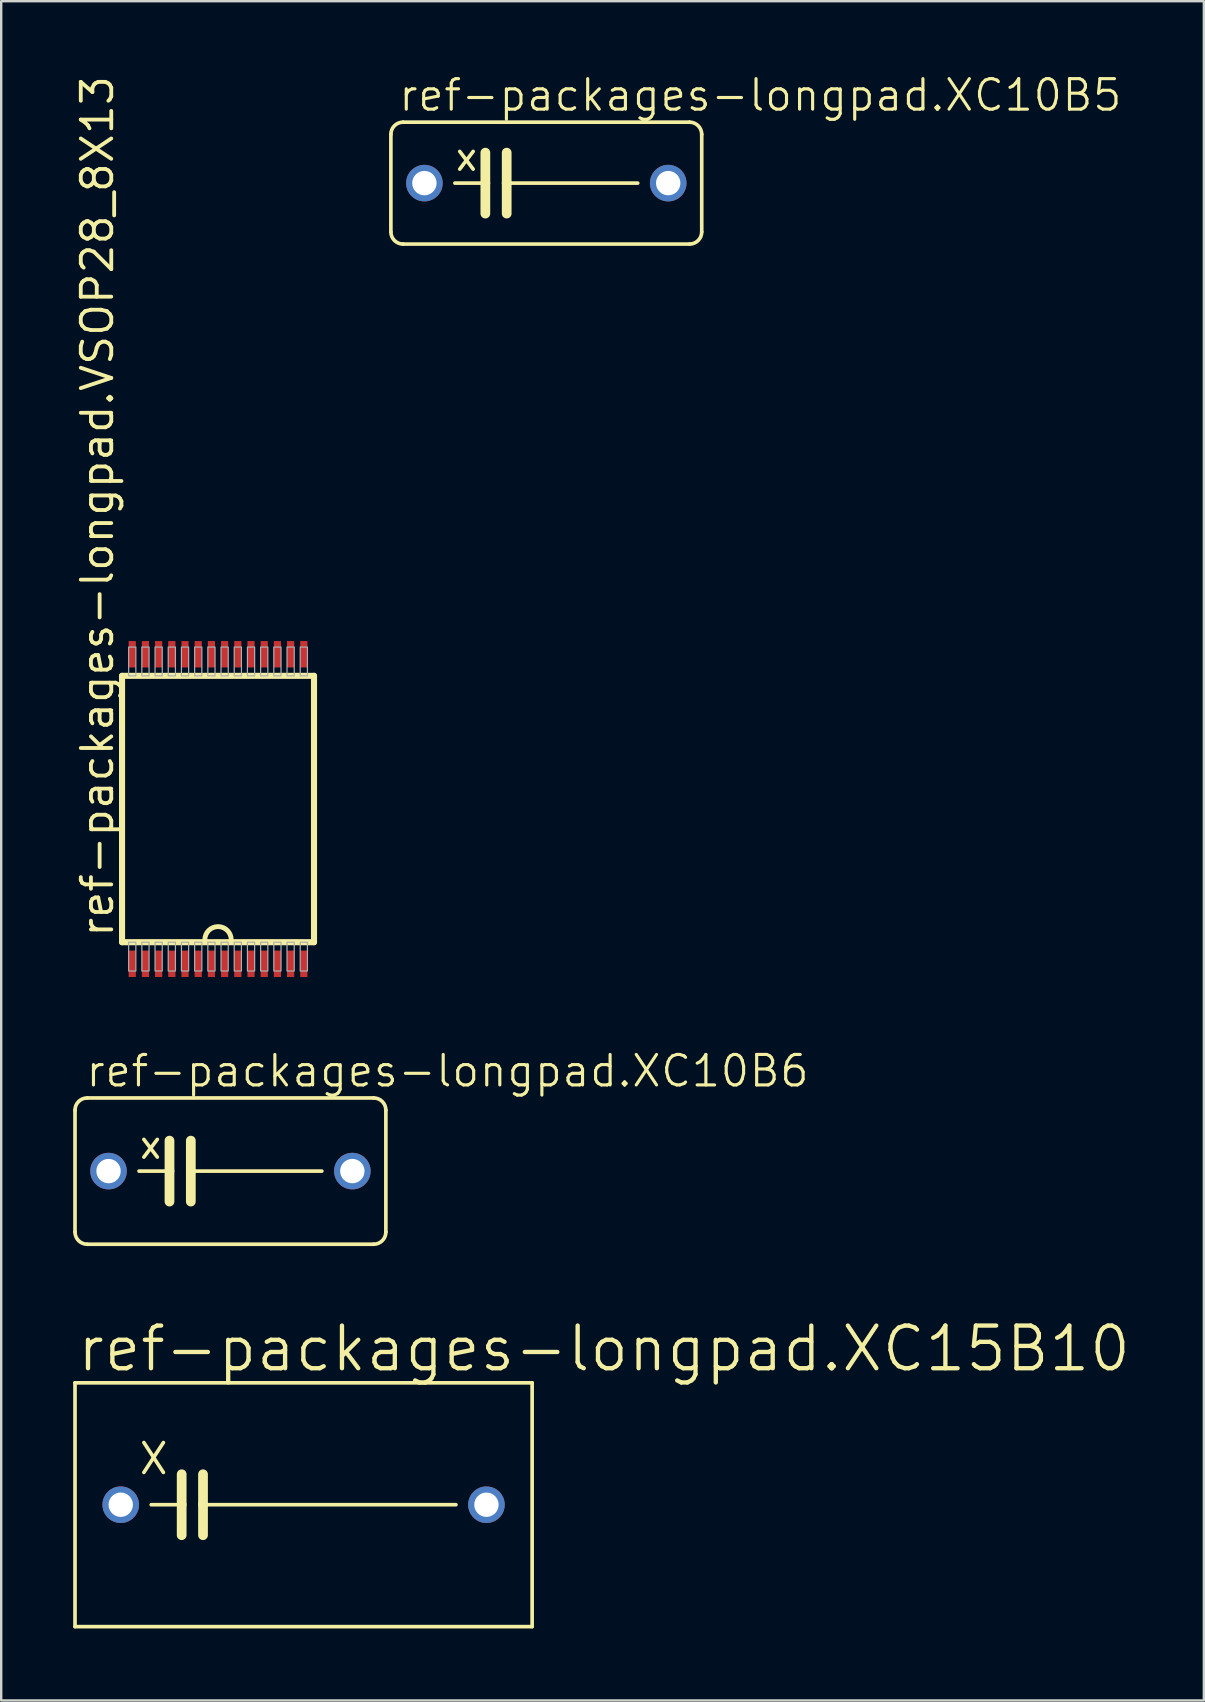
<source format=kicad_pcb>
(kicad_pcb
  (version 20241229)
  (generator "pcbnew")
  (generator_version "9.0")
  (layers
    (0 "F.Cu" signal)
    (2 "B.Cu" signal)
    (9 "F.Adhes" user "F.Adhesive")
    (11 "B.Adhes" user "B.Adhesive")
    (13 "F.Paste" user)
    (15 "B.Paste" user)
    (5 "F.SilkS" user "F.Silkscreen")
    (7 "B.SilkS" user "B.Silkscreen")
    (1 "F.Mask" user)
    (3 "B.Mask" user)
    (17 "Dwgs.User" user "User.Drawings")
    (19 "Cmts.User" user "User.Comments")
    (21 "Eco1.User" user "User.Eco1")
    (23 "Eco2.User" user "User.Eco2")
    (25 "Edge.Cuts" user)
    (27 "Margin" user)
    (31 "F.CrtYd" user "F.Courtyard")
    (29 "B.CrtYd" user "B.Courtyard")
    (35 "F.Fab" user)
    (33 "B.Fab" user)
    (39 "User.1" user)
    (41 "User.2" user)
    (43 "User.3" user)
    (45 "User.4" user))
  (footprint "ref-packages-longpad.XC10B5"
    (layer "F.Cu")
    (at 19.716 4.581)
    (property "Reference" "ref-packages-longpad.XC10B5" (at -6.223 -2.921 0) (layer "F.SilkS") (effects (font (size 1.27 1.27) (thickness 0.13)) (justify left bottom)))
    (attr through_hole)
    (fp_line (start -6.477 2.032) (end -6.477 -2.032) (stroke (width 0.152) (type default)) (layer "F.SilkS"))
    (fp_line (start -5.969 2.54) (end 5.969 2.54) (stroke (width 0.152) (type default)) (layer "F.SilkS"))
    (fp_line (start -3.81 0) (end -2.54 0) (stroke (width 0.152) (type default)) (layer "F.SilkS"))
    (fp_line (start -3.607 -1.321) (end -3.048 -0.584) (stroke (width 0.152) (type default)) (layer "F.SilkS"))
    (fp_line (start -3.607 -0.584) (end -3.048 -1.321) (stroke (width 0.152) (type default)) (layer "F.SilkS"))
    (fp_line (start -2.54 -1.27) (end -2.54 0) (stroke (width 0.406) (type default)) (layer "F.SilkS"))
    (fp_line (start -2.54 0) (end -2.54 1.27) (stroke (width 0.406) (type default)) (layer "F.SilkS"))
    (fp_line (start -1.651 -1.27) (end -1.651 0) (stroke (width 0.406) (type default)) (layer "F.SilkS"))
    (fp_line (start -1.651 0) (end -1.651 1.27) (stroke (width 0.406) (type default)) (layer "F.SilkS"))
    (fp_line (start 3.81 0) (end -1.651 0) (stroke (width 0.152) (type default)) (layer "F.SilkS"))
    (fp_line (start 5.969 -2.54) (end -5.969 -2.54) (stroke (width 0.152) (type default)) (layer "F.SilkS"))
    (fp_line (start 6.477 -2.032) (end 6.477 2.032) (stroke (width 0.152) (type default)) (layer "F.SilkS"))
    (fp_arc (start -6.477 -2.032) (mid -6.32821 -2.39121) (end -5.969 -2.54) (stroke (width 0.1524) (type default)) (layer "F.SilkS"))
    (fp_arc (start -5.969 2.54) (mid -6.32821 2.39121) (end -6.477 2.032) (stroke (width 0.1524) (type default)) (layer "F.SilkS"))
    (fp_arc (start 5.969 -2.54) (mid 6.32821 -2.39121) (end 6.477 -2.032) (stroke (width 0.1524) (type default)) (layer "F.SilkS"))
    (fp_arc (start 6.477 2.032) (mid 6.32821 2.39121) (end 5.969 2.54) (stroke (width 0.1524) (type default)) (layer "F.SilkS"))
    (pad "1" thru_hole circle (at -5.08 0) (size 1.524 1.524) (drill 1.016) (layers "*.Cu" "*.Mask"))
    (pad "2" thru_hole circle (at 5.08 0) (size 1.524 1.524) (drill 1.016) (layers "*.Cu" "*.Mask")))
  (footprint "ref-packages-longpad.XC10B6"
    (layer "F.Cu")
    (at 6.553 45.753)
    (property "Reference" "ref-packages-longpad.XC10B6" (at -6.096 -3.429 0) (layer "F.SilkS") (effects (font (size 1.27 1.27) (thickness 0.13)) (justify left bottom)))
    (attr through_hole)
    (fp_line (start -6.477 2.54) (end -6.477 -2.54) (stroke (width 0.152) (type default)) (layer "F.SilkS"))
    (fp_line (start -5.969 3.048) (end 5.969 3.048) (stroke (width 0.152) (type default)) (layer "F.SilkS"))
    (fp_line (start -3.81 0) (end -2.54 0) (stroke (width 0.152) (type default)) (layer "F.SilkS"))
    (fp_line (start -3.607 -1.321) (end -3.048 -0.584) (stroke (width 0.152) (type default)) (layer "F.SilkS"))
    (fp_line (start -3.607 -0.584) (end -3.048 -1.321) (stroke (width 0.152) (type default)) (layer "F.SilkS"))
    (fp_line (start -2.54 -1.27) (end -2.54 0) (stroke (width 0.406) (type default)) (layer "F.SilkS"))
    (fp_line (start -2.54 0) (end -2.54 1.27) (stroke (width 0.406) (type default)) (layer "F.SilkS"))
    (fp_line (start -1.651 -1.27) (end -1.651 0) (stroke (width 0.406) (type default)) (layer "F.SilkS"))
    (fp_line (start -1.651 0) (end -1.651 1.27) (stroke (width 0.406) (type default)) (layer "F.SilkS"))
    (fp_line (start 3.81 0) (end -1.651 0) (stroke (width 0.152) (type default)) (layer "F.SilkS"))
    (fp_line (start 5.969 -3.048) (end -5.969 -3.048) (stroke (width 0.152) (type default)) (layer "F.SilkS"))
    (fp_line (start 6.477 -2.54) (end 6.477 2.54) (stroke (width 0.152) (type default)) (layer "F.SilkS"))
    (fp_arc (start -6.477 -2.54) (mid -6.32821 -2.89921) (end -5.969 -3.048) (stroke (width 0.1524) (type default)) (layer "F.SilkS"))
    (fp_arc (start -5.969 3.048) (mid -6.32821 2.89921) (end -6.477 2.54) (stroke (width 0.1524) (type default)) (layer "F.SilkS"))
    (fp_arc (start 5.969 -3.048) (mid 6.32821 -2.89921) (end 6.477 -2.54) (stroke (width 0.1524) (type default)) (layer "F.SilkS"))
    (fp_arc (start 6.477 2.54) (mid 6.32821 2.89921) (end 5.969 3.048) (stroke (width 0.1524) (type default)) (layer "F.SilkS"))
    (pad "1" thru_hole circle (at -5.08 0) (size 1.524 1.524) (drill 1.016) (layers "*.Cu" "*.Mask"))
    (pad "2" thru_hole circle (at 5.08 0) (size 1.524 1.524) (drill 1.016) (layers "*.Cu" "*.Mask")))
  (footprint "ref-packages-longpad.XC15B10"
    (layer "F.Cu")
    (at 9.601 59.656)
    (property "Reference" "ref-packages-longpad.XC15B10" (at -9.525 -5.461 0) (layer "F.SilkS") (effects (font (size 1.778 1.778) (thickness 0.18)) (justify left bottom)))
    (attr through_hole)
    (fp_line (start -9.525 5.08) (end -9.525 -5.08) (stroke (width 0.152) (type default)) (layer "F.SilkS"))
    (fp_line (start -9.525 5.08) (end 9.525 5.08) (stroke (width 0.152) (type default)) (layer "F.SilkS"))
    (fp_line (start -6.655 -2.591) (end -5.842 -1.346) (stroke (width 0.152) (type default)) (layer "F.SilkS"))
    (fp_line (start -6.655 -1.346) (end -5.842 -2.591) (stroke (width 0.152) (type default)) (layer "F.SilkS"))
    (fp_line (start -6.35 0) (end -5.08 0) (stroke (width 0.152) (type default)) (layer "F.SilkS"))
    (fp_line (start -5.08 -1.27) (end -5.08 0) (stroke (width 0.406) (type default)) (layer "F.SilkS"))
    (fp_line (start -5.08 0) (end -5.08 1.27) (stroke (width 0.406) (type default)) (layer "F.SilkS"))
    (fp_line (start -4.191 -1.27) (end -4.191 0) (stroke (width 0.406) (type default)) (layer "F.SilkS"))
    (fp_line (start -4.191 0) (end -4.191 1.27) (stroke (width 0.406) (type default)) (layer "F.SilkS"))
    (fp_line (start 6.35 0) (end -4.191 0) (stroke (width 0.152) (type default)) (layer "F.SilkS"))
    (fp_line (start 9.525 -5.08) (end -9.525 -5.08) (stroke (width 0.152) (type default)) (layer "F.SilkS"))
    (fp_line (start 9.525 -5.08) (end 9.525 5.08) (stroke (width 0.152) (type default)) (layer "F.SilkS"))
    (pad "1" thru_hole circle (at -7.62 0) (size 1.524 1.524) (drill 1.016) (layers "*.Cu" "*.Mask"))
    (pad "2" thru_hole circle (at 7.62 0) (size 1.524 1.524) (drill 1.016) (layers "*.Cu" "*.Mask")))
  (footprint "ref-packages-longpad.VSOP28_8X13"
    (layer "F.Cu")
    (at 6.036 30.664)
    (property "Reference" "ref-packages-longpad.VSOP28_8X13" (at -4.286 5.424 90) (layer "F.SilkS") (effects (font (size 1.27 1.27) (thickness 0.16)) (justify left bottom)))
    (attr smd)
    (fp_line (start -4 -5.55) (end 4 -5.55) (stroke (width 0.254) (type default)) (layer "F.SilkS"))
    (fp_line (start -4 5.55) (end -4 -5.55) (stroke (width 0.254) (type default)) (layer "F.SilkS"))
    (fp_line (start 4 -5.55) (end 4 5.55) (stroke (width 0.254) (type default)) (layer "F.SilkS"))
    (fp_line (start 4 5.55) (end -4 5.55) (stroke (width 0.254) (type default)) (layer "F.SilkS"))
    (fp_arc (start -0.55 5.45) (mid 0 4.9) (end 0.55 5.45) (stroke (width 0.2032) (type default)) (layer "F.SilkS"))
    (fp_rect (start -3.725 -5.55) (end -3.425 -6.75) (stroke (width 0.05) (type default)) (fill no) (layer "F.Fab"))
    (fp_rect (start -3.725 6.75) (end -3.425 5.55) (stroke (width 0.05) (type default)) (fill no) (layer "F.Fab"))
    (fp_rect (start -3.175 -5.55) (end -2.875 -6.75) (stroke (width 0.05) (type default)) (fill no) (layer "F.Fab"))
    (fp_rect (start -3.175 6.75) (end -2.875 5.55) (stroke (width 0.05) (type default)) (fill no) (layer "F.Fab"))
    (fp_rect (start -2.625 -5.55) (end -2.325 -6.75) (stroke (width 0.05) (type default)) (fill no) (layer "F.Fab"))
    (fp_rect (start -2.625 6.75) (end -2.325 5.55) (stroke (width 0.05) (type default)) (fill no) (layer "F.Fab"))
    (fp_rect (start -2.075 -5.55) (end -1.775 -6.75) (stroke (width 0.05) (type default)) (fill no) (layer "F.Fab"))
    (fp_rect (start -2.075 6.75) (end -1.775 5.55) (stroke (width 0.05) (type default)) (fill no) (layer "F.Fab"))
    (fp_rect (start -1.525 -5.55) (end -1.225 -6.75) (stroke (width 0.05) (type default)) (fill no) (layer "F.Fab"))
    (fp_rect (start -1.525 6.75) (end -1.225 5.55) (stroke (width 0.05) (type default)) (fill no) (layer "F.Fab"))
    (fp_rect (start -0.975 -5.55) (end -0.675 -6.75) (stroke (width 0.05) (type default)) (fill no) (layer "F.Fab"))
    (fp_rect (start -0.975 6.75) (end -0.675 5.55) (stroke (width 0.05) (type default)) (fill no) (layer "F.Fab"))
    (fp_rect (start -0.425 -5.55) (end -0.125 -6.75) (stroke (width 0.05) (type default)) (fill no) (layer "F.Fab"))
    (fp_rect (start -0.425 6.75) (end -0.125 5.55) (stroke (width 0.05) (type default)) (fill no) (layer "F.Fab"))
    (fp_rect (start 0.125 -5.55) (end 0.425 -6.75) (stroke (width 0.05) (type default)) (fill no) (layer "F.Fab"))
    (fp_rect (start 0.125 6.75) (end 0.425 5.55) (stroke (width 0.05) (type default)) (fill no) (layer "F.Fab"))
    (fp_rect (start 0.675 -5.55) (end 0.975 -6.75) (stroke (width 0.05) (type default)) (fill no) (layer "F.Fab"))
    (fp_rect (start 0.675 6.75) (end 0.975 5.55) (stroke (width 0.05) (type default)) (fill no) (layer "F.Fab"))
    (fp_rect (start 1.225 -5.55) (end 1.525 -6.75) (stroke (width 0.05) (type default)) (fill no) (layer "F.Fab"))
    (fp_rect (start 1.225 6.75) (end 1.525 5.55) (stroke (width 0.05) (type default)) (fill no) (layer "F.Fab"))
    (fp_rect (start 1.775 -5.55) (end 2.075 -6.75) (stroke (width 0.05) (type default)) (fill no) (layer "F.Fab"))
    (fp_rect (start 1.775 6.75) (end 2.075 5.55) (stroke (width 0.05) (type default)) (fill no) (layer "F.Fab"))
    (fp_rect (start 2.325 -5.55) (end 2.625 -6.75) (stroke (width 0.05) (type default)) (fill no) (layer "F.Fab"))
    (fp_rect (start 2.325 6.75) (end 2.625 5.55) (stroke (width 0.05) (type default)) (fill no) (layer "F.Fab"))
    (fp_rect (start 2.875 -5.55) (end 3.175 -6.75) (stroke (width 0.05) (type default)) (fill no) (layer "F.Fab"))
    (fp_rect (start 2.875 6.75) (end 3.175 5.55) (stroke (width 0.05) (type default)) (fill no) (layer "F.Fab"))
    (fp_rect (start 3.425 -5.55) (end 3.725 -6.75) (stroke (width 0.05) (type default)) (fill no) (layer "F.Fab"))
    (fp_rect (start 3.425 6.75) (end 3.725 5.55) (stroke (width 0.05) (type default)) (fill no) (layer "F.Fab"))
    (pad "1" smd roundrect (at 0.275 6.45) (size 0.3 1.1) (layers "F.Cu" "F.Mask" "F.Paste") (roundrect_rratio 0.01))
    (pad "2" smd roundrect (at 0.825 6.45) (size 0.3 1.1) (layers "F.Cu" "F.Mask" "F.Paste") (roundrect_rratio 0.01))
    (pad "3" smd roundrect (at 1.375 6.45) (size 0.3 1.1) (layers "F.Cu" "F.Mask" "F.Paste") (roundrect_rratio 0.01))
    (pad "4" smd roundrect (at 1.925 6.45) (size 0.3 1.1) (layers "F.Cu" "F.Mask" "F.Paste") (roundrect_rratio 0.01))
    (pad "5" smd roundrect (at 2.475 6.45) (size 0.3 1.1) (layers "F.Cu" "F.Mask" "F.Paste") (roundrect_rratio 0.01))
    (pad "6" smd roundrect (at 3.025 6.45) (size 0.3 1.1) (layers "F.Cu" "F.Mask" "F.Paste") (roundrect_rratio 0.01))
    (pad "7" smd roundrect (at 3.575 6.45) (size 0.3 1.1) (layers "F.Cu" "F.Mask" "F.Paste") (roundrect_rratio 0.01))
    (pad "8" smd roundrect (at 3.575 -6.45) (size 0.3 1.1) (layers "F.Cu" "F.Mask" "F.Paste") (roundrect_rratio 0.01))
    (pad "9" smd roundrect (at 3.025 -6.45) (size 0.3 1.1) (layers "F.Cu" "F.Mask" "F.Paste") (roundrect_rratio 0.01))
    (pad "10" smd roundrect (at 2.475 -6.45) (size 0.3 1.1) (layers "F.Cu" "F.Mask" "F.Paste") (roundrect_rratio 0.01))
    (pad "11" smd roundrect (at 1.925 -6.45) (size 0.3 1.1) (layers "F.Cu" "F.Mask" "F.Paste") (roundrect_rratio 0.01))
    (pad "12" smd roundrect (at 1.375 -6.45) (size 0.3 1.1) (layers "F.Cu" "F.Mask" "F.Paste") (roundrect_rratio 0.01))
    (pad "13" smd roundrect (at 0.825 -6.45) (size 0.3 1.1) (layers "F.Cu" "F.Mask" "F.Paste") (roundrect_rratio 0.01))
    (pad "14" smd roundrect (at 0.275 -6.45) (size 0.3 1.1) (layers "F.Cu" "F.Mask" "F.Paste") (roundrect_rratio 0.01))
    (pad "15" smd roundrect (at -0.275 -6.45) (size 0.3 1.1) (layers "F.Cu" "F.Mask" "F.Paste") (roundrect_rratio 0.01))
    (pad "16" smd roundrect (at -0.825 -6.45) (size 0.3 1.1) (layers "F.Cu" "F.Mask" "F.Paste") (roundrect_rratio 0.01))
    (pad "17" smd roundrect (at -1.375 -6.45) (size 0.3 1.1) (layers "F.Cu" "F.Mask" "F.Paste") (roundrect_rratio 0.01))
    (pad "18" smd roundrect (at -1.925 -6.45) (size 0.3 1.1) (layers "F.Cu" "F.Mask" "F.Paste") (roundrect_rratio 0.01))
    (pad "19" smd roundrect (at -2.475 -6.45) (size 0.3 1.1) (layers "F.Cu" "F.Mask" "F.Paste") (roundrect_rratio 0.01))
    (pad "20" smd roundrect (at -3.025 -6.45) (size 0.3 1.1) (layers "F.Cu" "F.Mask" "F.Paste") (roundrect_rratio 0.01))
    (pad "21" smd roundrect (at -3.575 -6.45) (size 0.3 1.1) (layers "F.Cu" "F.Mask" "F.Paste") (roundrect_rratio 0.01))
    (pad "22" smd roundrect (at -3.575 6.45) (size 0.3 1.1) (layers "F.Cu" "F.Mask" "F.Paste") (roundrect_rratio 0.01))
    (pad "23" smd roundrect (at -3.025 6.45) (size 0.3 1.1) (layers "F.Cu" "F.Mask" "F.Paste") (roundrect_rratio 0.01))
    (pad "24" smd roundrect (at -2.475 6.45) (size 0.3 1.1) (layers "F.Cu" "F.Mask" "F.Paste") (roundrect_rratio 0.01))
    (pad "25" smd roundrect (at -1.925 6.45) (size 0.3 1.1) (layers "F.Cu" "F.Mask" "F.Paste") (roundrect_rratio 0.01))
    (pad "26" smd roundrect (at -1.375 6.45) (size 0.3 1.1) (layers "F.Cu" "F.Mask" "F.Paste") (roundrect_rratio 0.01))
    (pad "27" smd roundrect (at -0.825 6.45) (size 0.3 1.1) (layers "F.Cu" "F.Mask" "F.Paste") (roundrect_rratio 0.01))
    (pad "28" smd roundrect (at -0.275 6.45) (size 0.3 1.1) (layers "F.Cu" "F.Mask" "F.Paste") (roundrect_rratio 0.01)))
  (gr_rect
    (start -3 -3)
    (end 47.118 67.813)
    (stroke (width 0.1) (type default))
    (fill no)
    (layer "Edge.Cuts")))
</source>
